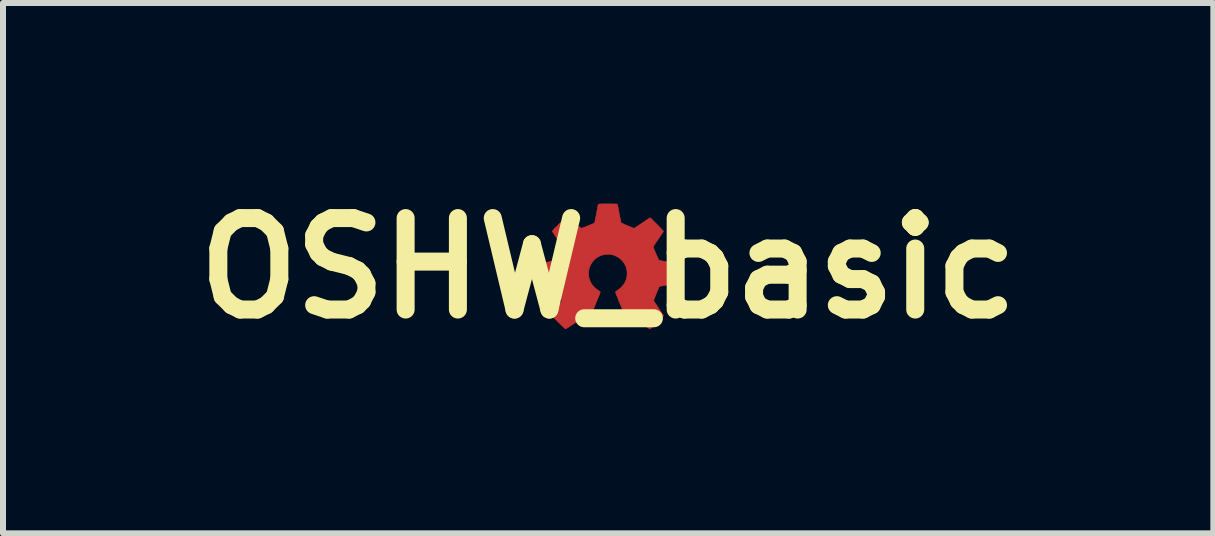
<source format=kicad_pcb>
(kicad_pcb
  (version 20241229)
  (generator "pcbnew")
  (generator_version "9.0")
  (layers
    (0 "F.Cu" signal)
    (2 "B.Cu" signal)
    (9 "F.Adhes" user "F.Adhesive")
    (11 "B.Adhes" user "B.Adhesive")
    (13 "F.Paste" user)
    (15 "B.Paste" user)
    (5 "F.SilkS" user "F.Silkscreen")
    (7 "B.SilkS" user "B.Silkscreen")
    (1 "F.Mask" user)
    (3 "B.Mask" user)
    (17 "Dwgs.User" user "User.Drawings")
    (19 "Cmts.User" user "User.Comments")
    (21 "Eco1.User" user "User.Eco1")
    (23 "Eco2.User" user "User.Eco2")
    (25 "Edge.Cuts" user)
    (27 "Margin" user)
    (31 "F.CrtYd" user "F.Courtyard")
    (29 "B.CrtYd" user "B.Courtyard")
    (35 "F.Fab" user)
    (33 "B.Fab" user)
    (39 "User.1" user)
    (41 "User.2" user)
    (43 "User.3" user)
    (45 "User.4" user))
  (footprint "OSHW_basic"
    (layer "F.Cu")
    (at 7.083 1.418)
    (property "Reference" "OSHW_basic" (at 0 0 0) (layer "F.SilkS") (effects (font (size 1.524 1.524) (thickness 0.3))))
    (attr through_hole)
    (fp_poly (pts (xy 0.034 -1.071) (xy 0.068 -1.07) (xy 0.095 -1.07) (xy 0.116 -1.07) (xy 0.131 -1.069) (xy 0.141 -1.068) (xy 0.148 -1.067) (xy 0.15 -1.066) (xy 0.152 -1.062) (xy 0.154 -1.055) (xy 0.158 -1.042) (xy 0.162 -1.024) (xy 0.167 -1) (xy 0.173 -0.969) (xy 0.18 -0.932) (xy 0.184 -0.91) (xy 0.192 -0.868) (xy 0.199 -0.832) (xy 0.205 -0.804) (xy 0.209 -0.782) (xy 0.213 -0.766) (xy 0.216 -0.757) (xy 0.218 -0.753) (xy 0.223 -0.75) (xy 0.234 -0.745) (xy 0.251 -0.738) (xy 0.271 -0.729) (xy 0.293 -0.719) (xy 0.317 -0.709) (xy 0.342 -0.699) (xy 0.366 -0.689) (xy 0.388 -0.681) (xy 0.406 -0.673) (xy 0.421 -0.668) (xy 0.43 -0.665) (xy 0.433 -0.664) (xy 0.437 -0.666) (xy 0.447 -0.673) (xy 0.462 -0.682) (xy 0.481 -0.695) (xy 0.504 -0.71) (xy 0.53 -0.727) (xy 0.558 -0.746) (xy 0.566 -0.752) (xy 0.595 -0.771) (xy 0.621 -0.789) (xy 0.644 -0.805) (xy 0.665 -0.819) (xy 0.681 -0.829) (xy 0.692 -0.836) (xy 0.698 -0.84) (xy 0.698 -0.84) (xy 0.702 -0.837) (xy 0.711 -0.83) (xy 0.723 -0.818) (xy 0.739 -0.803) (xy 0.757 -0.785) (xy 0.777 -0.765) (xy 0.798 -0.744) (xy 0.82 -0.722) (xy 0.841 -0.7) (xy 0.861 -0.679) (xy 0.879 -0.66) (xy 0.895 -0.643) (xy 0.908 -0.63) (xy 0.917 -0.619) (xy 0.921 -0.614) (xy 0.921 -0.613) (xy 0.919 -0.609) (xy 0.912 -0.599) (xy 0.902 -0.584) (xy 0.889 -0.564) (xy 0.874 -0.542) (xy 0.856 -0.516) (xy 0.838 -0.489) (xy 0.835 -0.485) (xy 0.816 -0.457) (xy 0.798 -0.431) (xy 0.783 -0.408) (xy 0.77 -0.388) (xy 0.76 -0.372) (xy 0.753 -0.36) (xy 0.75 -0.355) (xy 0.75 -0.354) (xy 0.752 -0.349) (xy 0.756 -0.337) (xy 0.763 -0.32) (xy 0.771 -0.3) (xy 0.78 -0.277) (xy 0.791 -0.252) (xy 0.801 -0.228) (xy 0.812 -0.204) (xy 0.822 -0.181) (xy 0.83 -0.162) (xy 0.837 -0.148) (xy 0.842 -0.138) (xy 0.844 -0.135) (xy 0.848 -0.133) (xy 0.855 -0.131) (xy 0.866 -0.127) (xy 0.882 -0.124) (xy 0.904 -0.119) (xy 0.931 -0.114) (xy 0.965 -0.107) (xy 0.997 -0.101) (xy 1.037 -0.094) (xy 1.071 -0.087) (xy 1.097 -0.082) (xy 1.118 -0.077) (xy 1.132 -0.074) (xy 1.142 -0.071) (xy 1.147 -0.068) (xy 1.148 -0.068) (xy 1.149 -0.064) (xy 1.15 -0.056) (xy 1.151 -0.044) (xy 1.152 -0.027) (xy 1.152 -0.004) (xy 1.153 0.025) (xy 1.153 0.062) (xy 1.153 0.088) (xy 1.153 0.127) (xy 1.153 0.159) (xy 1.152 0.184) (xy 1.152 0.203) (xy 1.151 0.218) (xy 1.151 0.229) (xy 1.15 0.236) (xy 1.149 0.241) (xy 1.147 0.244) (xy 1.147 0.244) (xy 1.141 0.249) (xy 1.138 0.25) (xy 1.134 0.251) (xy 1.123 0.253) (xy 1.106 0.256) (xy 1.084 0.26) (xy 1.058 0.265) (xy 1.028 0.27) (xy 0.997 0.276) (xy 0.956 0.284) (xy 0.922 0.29) (xy 0.895 0.296) (xy 0.875 0.3) (xy 0.861 0.304) (xy 0.853 0.307) (xy 0.851 0.308) (xy 0.848 0.313) (xy 0.843 0.325) (xy 0.836 0.341) (xy 0.827 0.362) (xy 0.818 0.385) (xy 0.807 0.41) (xy 0.797 0.436) (xy 0.787 0.461) (xy 0.778 0.484) (xy 0.77 0.505) (xy 0.764 0.522) (xy 0.76 0.535) (xy 0.758 0.541) (xy 0.758 0.541) (xy 0.76 0.545) (xy 0.766 0.556) (xy 0.776 0.571) (xy 0.788 0.591) (xy 0.804 0.613) (xy 0.821 0.639) (xy 0.839 0.666) (xy 0.857 0.693) (xy 0.874 0.718) (xy 0.89 0.741) (xy 0.902 0.76) (xy 0.912 0.775) (xy 0.919 0.785) (xy 0.921 0.789) (xy 0.919 0.794) (xy 0.911 0.803) (xy 0.898 0.817) (xy 0.881 0.836) (xy 0.859 0.858) (xy 0.833 0.884) (xy 0.813 0.904) (xy 0.785 0.932) (xy 0.762 0.955) (xy 0.743 0.973) (xy 0.729 0.987) (xy 0.717 0.998) (xy 0.709 1.005) (xy 0.703 1.009) (xy 0.698 1.011) (xy 0.695 1.011) (xy 0.695 1.011) (xy 0.69 1.009) (xy 0.679 1.002) (xy 0.663 0.992) (xy 0.643 0.979) (xy 0.621 0.964) (xy 0.596 0.947) (xy 0.577 0.934) (xy 0.55 0.916) (xy 0.526 0.9) (xy 0.504 0.885) (xy 0.486 0.872) (xy 0.472 0.863) (xy 0.463 0.857) (xy 0.46 0.855) (xy 0.457 0.854) (xy 0.453 0.854) (xy 0.447 0.856) (xy 0.438 0.86) (xy 0.425 0.866) (xy 0.408 0.874) (xy 0.386 0.886) (xy 0.361 0.9) (xy 0.348 0.906) (xy 0.34 0.909) (xy 0.335 0.909) (xy 0.331 0.907) (xy 0.331 0.907) (xy 0.328 0.902) (xy 0.323 0.891) (xy 0.316 0.874) (xy 0.306 0.852) (xy 0.295 0.825) (xy 0.282 0.795) (xy 0.268 0.762) (xy 0.254 0.727) (xy 0.238 0.691) (xy 0.223 0.654) (xy 0.208 0.616) (xy 0.193 0.58) (xy 0.178 0.544) (xy 0.165 0.511) (xy 0.153 0.481) (xy 0.142 0.455) (xy 0.133 0.433) (xy 0.127 0.415) (xy 0.123 0.404) (xy 0.121 0.399) (xy 0.125 0.392) (xy 0.135 0.383) (xy 0.144 0.378) (xy 0.189 0.346) (xy 0.227 0.311) (xy 0.259 0.272) (xy 0.284 0.23) (xy 0.302 0.184) (xy 0.313 0.136) (xy 0.315 0.109) (xy 0.315 0.058) (xy 0.307 0.01) (xy 0.292 -0.036) (xy 0.27 -0.078) (xy 0.242 -0.117) (xy 0.208 -0.151) (xy 0.168 -0.181) (xy 0.135 -0.199) (xy 0.098 -0.215) (xy 0.063 -0.225) (xy 0.027 -0.231) (xy -0.01 -0.232) (xy -0.06 -0.227) (xy -0.107 -0.216) (xy -0.152 -0.197) (xy -0.193 -0.172) (xy -0.23 -0.141) (xy -0.262 -0.105) (xy -0.288 -0.063) (xy -0.297 -0.046) (xy -0.309 -0.019) (xy -0.317 0.007) (xy -0.322 0.032) (xy -0.325 0.06) (xy -0.326 0.092) (xy -0.325 0.115) (xy -0.324 0.133) (xy -0.322 0.148) (xy -0.319 0.163) (xy -0.315 0.177) (xy -0.299 0.22) (xy -0.279 0.259) (xy -0.253 0.294) (xy -0.221 0.327) (xy -0.183 0.358) (xy -0.167 0.369) (xy -0.153 0.379) (xy -0.141 0.388) (xy -0.134 0.394) (xy -0.131 0.397) (xy -0.132 0.401) (xy -0.136 0.412) (xy -0.142 0.429) (xy -0.15 0.45) (xy -0.16 0.474) (xy -0.171 0.502) (xy -0.18 0.522) (xy -0.194 0.557) (xy -0.211 0.597) (xy -0.228 0.64) (xy -0.246 0.684) (xy -0.264 0.726) (xy -0.28 0.765) (xy -0.284 0.775) (xy -0.3 0.814) (xy -0.314 0.847) (xy -0.325 0.873) (xy -0.334 0.892) (xy -0.341 0.904) (xy -0.344 0.909) (xy -0.345 0.909) (xy -0.35 0.908) (xy -0.362 0.903) (xy -0.378 0.895) (xy -0.399 0.885) (xy -0.406 0.881) (xy -0.425 0.871) (xy -0.441 0.863) (xy -0.454 0.856) (xy -0.462 0.853) (xy -0.464 0.852) (xy -0.468 0.854) (xy -0.477 0.86) (xy -0.492 0.87) (xy -0.511 0.882) (xy -0.533 0.897) (xy -0.558 0.914) (xy -0.584 0.932) (xy -0.611 0.95) (xy -0.637 0.967) (xy -0.659 0.982) (xy -0.679 0.995) (xy -0.694 1.004) (xy -0.704 1.01) (xy -0.709 1.012) (xy -0.714 1.009) (xy -0.725 1.001) (xy -0.741 0.986) (xy -0.762 0.966) (xy -0.788 0.941) (xy -0.82 0.909) (xy -0.824 0.906) (xy -0.855 0.874) (xy -0.881 0.848) (xy -0.901 0.826) (xy -0.916 0.809) (xy -0.926 0.798) (xy -0.93 0.792) (xy -0.93 0.791) (xy -0.928 0.786) (xy -0.922 0.776) (xy -0.912 0.76) (xy -0.9 0.741) (xy -0.885 0.718) (xy -0.868 0.692) (xy -0.85 0.666) (xy -0.83 0.636) (xy -0.811 0.609) (xy -0.796 0.586) (xy -0.784 0.567) (xy -0.775 0.552) (xy -0.771 0.543) (xy -0.77 0.541) (xy -0.771 0.534) (xy -0.775 0.522) (xy -0.782 0.505) (xy -0.789 0.484) (xy -0.799 0.46) (xy -0.809 0.435) (xy -0.819 0.409) (xy -0.829 0.384) (xy -0.839 0.361) (xy -0.847 0.34) (xy -0.855 0.324) (xy -0.86 0.313) (xy -0.863 0.308) (xy -0.868 0.306) (xy -0.878 0.302) (xy -0.894 0.298) (xy -0.917 0.294) (xy -0.946 0.288) (xy -0.983 0.281) (xy -1.01 0.276) (xy -1.048 0.269) (xy -1.078 0.263) (xy -1.103 0.258) (xy -1.122 0.254) (xy -1.136 0.251) (xy -1.146 0.248) (xy -1.152 0.245) (xy -1.156 0.243) (xy -1.158 0.242) (xy -1.159 0.239) (xy -1.161 0.235) (xy -1.162 0.23) (xy -1.163 0.221) (xy -1.164 0.209) (xy -1.164 0.193) (xy -1.164 0.172) (xy -1.164 0.145) (xy -1.164 0.112) (xy -1.164 0.086) (xy -1.164 0.046) (xy -1.164 0.013) (xy -1.164 -0.014) (xy -1.163 -0.035) (xy -1.163 -0.05) (xy -1.162 -0.06) (xy -1.16 -0.066) (xy -1.16 -0.067) (xy -1.156 -0.07) (xy -1.148 -0.072) (xy -1.134 -0.076) (xy -1.115 -0.08) (xy -1.09 -0.085) (xy -1.058 -0.091) (xy -1.019 -0.099) (xy -1.014 -0.1) (xy -0.981 -0.106) (xy -0.951 -0.112) (xy -0.924 -0.117) (xy -0.9 -0.121) (xy -0.882 -0.125) (xy -0.869 -0.128) (xy -0.863 -0.13) (xy -0.86 -0.132) (xy -0.856 -0.135) (xy -0.852 -0.142) (xy -0.846 -0.151) (xy -0.84 -0.165) (xy -0.831 -0.184) (xy -0.82 -0.209) (xy -0.807 -0.239) (xy -0.796 -0.266) (xy -0.785 -0.292) (xy -0.776 -0.314) (xy -0.769 -0.332) (xy -0.764 -0.346) (xy -0.762 -0.353) (xy -0.762 -0.354) (xy -0.764 -0.36) (xy -0.771 -0.372) (xy -0.782 -0.389) (xy -0.796 -0.412) (xy -0.815 -0.44) (xy -0.837 -0.472) (xy -0.845 -0.484) (xy -0.864 -0.511) (xy -0.881 -0.537) (xy -0.896 -0.56) (xy -0.909 -0.58) (xy -0.92 -0.596) (xy -0.926 -0.608) (xy -0.929 -0.613) (xy -0.929 -0.614) (xy -0.929 -0.617) (xy -0.927 -0.621) (xy -0.923 -0.627) (xy -0.916 -0.635) (xy -0.906 -0.646) (xy -0.892 -0.661) (xy -0.874 -0.679) (xy -0.852 -0.701) (xy -0.825 -0.729) (xy -0.821 -0.732) (xy -0.789 -0.764) (xy -0.763 -0.79) (xy -0.741 -0.81) (xy -0.725 -0.825) (xy -0.714 -0.835) (xy -0.707 -0.839) (xy -0.706 -0.839) (xy -0.701 -0.836) (xy -0.691 -0.83) (xy -0.676 -0.82) (xy -0.657 -0.807) (xy -0.634 -0.791) (xy -0.609 -0.774) (xy -0.581 -0.755) (xy -0.575 -0.751) (xy -0.547 -0.731) (xy -0.521 -0.714) (xy -0.497 -0.698) (xy -0.477 -0.685) (xy -0.461 -0.674) (xy -0.45 -0.668) (xy -0.444 -0.664) (xy -0.443 -0.664) (xy -0.438 -0.666) (xy -0.427 -0.67) (xy -0.411 -0.676) (xy -0.39 -0.684) (xy -0.367 -0.693) (xy -0.351 -0.7) (xy -0.318 -0.713) (xy -0.291 -0.724) (xy -0.27 -0.733) (xy -0.254 -0.74) (xy -0.243 -0.745) (xy -0.235 -0.748) (xy -0.23 -0.751) (xy -0.227 -0.753) (xy -0.226 -0.755) (xy -0.225 -0.757) (xy -0.225 -0.757) (xy -0.224 -0.762) (xy -0.221 -0.774) (xy -0.218 -0.791) (xy -0.214 -0.813) (xy -0.209 -0.838) (xy -0.203 -0.865) (xy -0.198 -0.895) (xy -0.192 -0.924) (xy -0.187 -0.953) (xy -0.182 -0.98) (xy -0.177 -1.005) (xy -0.173 -1.026) (xy -0.17 -1.042) (xy -0.169 -1.052) (xy -0.168 -1.056) (xy -0.166 -1.06) (xy -0.162 -1.065) (xy -0.16 -1.066) (xy -0.155 -1.067) (xy -0.149 -1.068) (xy -0.139 -1.069) (xy -0.125 -1.07) (xy -0.107 -1.07) (xy -0.083 -1.071) (xy -0.053 -1.071) (xy -0.016 -1.071) (xy -0.006 -1.071) (xy 0.034 -1.071)) (stroke (width 0.01) (type solid)) (fill yes) (layer "F.Cu"))
    (fp_poly (pts (xy 0.038 -1.108) (xy 0.071 -1.108) (xy 0.097 -1.108) (xy 0.118 -1.107) (xy 0.134 -1.107) (xy 0.146 -1.106) (xy 0.155 -1.106) (xy 0.161 -1.104) (xy 0.165 -1.103) (xy 0.168 -1.101) (xy 0.171 -1.1) (xy 0.18 -1.09) (xy 0.188 -1.079) (xy 0.188 -1.078) (xy 0.19 -1.071) (xy 0.194 -1.058) (xy 0.198 -1.038) (xy 0.203 -1.014) (xy 0.209 -0.986) (xy 0.215 -0.955) (xy 0.221 -0.922) (xy 0.221 -0.922) (xy 0.247 -0.78) (xy 0.337 -0.743) (xy 0.362 -0.733) (xy 0.386 -0.724) (xy 0.405 -0.717) (xy 0.42 -0.712) (xy 0.43 -0.709) (xy 0.432 -0.709) (xy 0.437 -0.712) (xy 0.447 -0.718) (xy 0.462 -0.728) (xy 0.481 -0.741) (xy 0.504 -0.757) (xy 0.529 -0.774) (xy 0.555 -0.792) (xy 0.583 -0.81) (xy 0.608 -0.828) (xy 0.632 -0.843) (xy 0.652 -0.856) (xy 0.668 -0.866) (xy 0.679 -0.873) (xy 0.685 -0.876) (xy 0.692 -0.877) (xy 0.699 -0.878) (xy 0.706 -0.878) (xy 0.714 -0.875) (xy 0.722 -0.87) (xy 0.733 -0.862) (xy 0.746 -0.851) (xy 0.763 -0.836) (xy 0.782 -0.817) (xy 0.806 -0.793) (xy 0.835 -0.764) (xy 0.841 -0.759) (xy 0.87 -0.729) (xy 0.895 -0.704) (xy 0.915 -0.684) (xy 0.93 -0.667) (xy 0.942 -0.653) (xy 0.951 -0.642) (xy 0.956 -0.633) (xy 0.959 -0.625) (xy 0.96 -0.618) (xy 0.96 -0.611) (xy 0.958 -0.604) (xy 0.958 -0.603) (xy 0.955 -0.597) (xy 0.948 -0.585) (xy 0.937 -0.569) (xy 0.924 -0.548) (xy 0.909 -0.525) (xy 0.891 -0.499) (xy 0.874 -0.473) (xy 0.855 -0.446) (xy 0.838 -0.421) (xy 0.823 -0.399) (xy 0.811 -0.38) (xy 0.801 -0.365) (xy 0.795 -0.355) (xy 0.793 -0.351) (xy 0.795 -0.346) (xy 0.799 -0.335) (xy 0.805 -0.32) (xy 0.813 -0.3) (xy 0.822 -0.279) (xy 0.831 -0.257) (xy 0.841 -0.234) (xy 0.85 -0.213) (xy 0.858 -0.195) (xy 0.865 -0.18) (xy 0.87 -0.17) (xy 0.872 -0.166) (xy 0.876 -0.165) (xy 0.887 -0.162) (xy 0.905 -0.159) (xy 0.927 -0.154) (xy 0.953 -0.149) (xy 0.983 -0.143) (xy 1.015 -0.137) (xy 1.016 -0.137) (xy 1.051 -0.13) (xy 1.083 -0.124) (xy 1.111 -0.118) (xy 1.134 -0.113) (xy 1.152 -0.109) (xy 1.163 -0.105) (xy 1.167 -0.104) (xy 1.172 -0.1) (xy 1.177 -0.097) (xy 1.18 -0.092) (xy 1.183 -0.087) (xy 1.186 -0.079) (xy 1.187 -0.068) (xy 1.188 -0.054) (xy 1.189 -0.035) (xy 1.19 -0.012) (xy 1.19 0.018) (xy 1.19 0.054) (xy 1.19 0.084) (xy 1.19 0.126) (xy 1.19 0.161) (xy 1.189 0.189) (xy 1.189 0.212) (xy 1.188 0.23) (xy 1.187 0.244) (xy 1.185 0.254) (xy 1.182 0.262) (xy 1.179 0.268) (xy 1.175 0.272) (xy 1.171 0.276) (xy 1.168 0.277) (xy 1.163 0.28) (xy 1.152 0.283) (xy 1.136 0.288) (xy 1.114 0.292) (xy 1.085 0.298) (xy 1.05 0.305) (xy 1.019 0.311) (xy 0.988 0.317) (xy 0.958 0.322) (xy 0.932 0.328) (xy 0.91 0.332) (xy 0.894 0.336) (xy 0.883 0.338) (xy 0.879 0.339) (xy 0.877 0.343) (xy 0.872 0.354) (xy 0.866 0.37) (xy 0.858 0.39) (xy 0.848 0.414) (xy 0.838 0.44) (xy 0.837 0.44) (xy 0.798 0.538) (xy 0.875 0.649) (xy 0.893 0.676) (xy 0.91 0.701) (xy 0.925 0.724) (xy 0.938 0.744) (xy 0.948 0.76) (xy 0.954 0.771) (xy 0.956 0.775) (xy 0.959 0.782) (xy 0.96 0.789) (xy 0.96 0.795) (xy 0.958 0.803) (xy 0.954 0.811) (xy 0.946 0.821) (xy 0.936 0.833) (xy 0.922 0.848) (xy 0.905 0.867) (xy 0.882 0.89) (xy 0.855 0.917) (xy 0.839 0.934) (xy 0.724 1.049) (xy 0.702 1.05) (xy 0.681 1.052) (xy 0.615 1.007) (xy 0.591 0.991) (xy 0.565 0.973) (xy 0.539 0.955) (xy 0.516 0.939) (xy 0.5 0.929) (xy 0.452 0.895) (xy 0.405 0.92) (xy 0.386 0.93) (xy 0.369 0.938) (xy 0.355 0.944) (xy 0.346 0.947) (xy 0.345 0.947) (xy 0.33 0.947) (xy 0.314 0.942) (xy 0.301 0.932) (xy 0.3 0.931) (xy 0.297 0.926) (xy 0.291 0.914) (xy 0.284 0.897) (xy 0.274 0.874) (xy 0.262 0.847) (xy 0.249 0.817) (xy 0.235 0.783) (xy 0.22 0.747) (xy 0.204 0.71) (xy 0.189 0.672) (xy 0.173 0.634) (xy 0.158 0.596) (xy 0.143 0.56) (xy 0.129 0.527) (xy 0.117 0.496) (xy 0.106 0.468) (xy 0.097 0.445) (xy 0.09 0.426) (xy 0.085 0.414) (xy 0.083 0.408) (xy 0.083 0.394) (xy 0.086 0.381) (xy 0.093 0.37) (xy 0.106 0.357) (xy 0.125 0.343) (xy 0.133 0.338) (xy 0.174 0.307) (xy 0.208 0.273) (xy 0.235 0.237) (xy 0.248 0.214) (xy 0.262 0.181) (xy 0.271 0.151) (xy 0.276 0.119) (xy 0.277 0.084) (xy 0.276 0.076) (xy 0.271 0.029) (xy 0.258 -0.015) (xy 0.238 -0.056) (xy 0.212 -0.092) (xy 0.18 -0.125) (xy 0.142 -0.152) (xy 0.115 -0.167) (xy 0.085 -0.179) (xy 0.057 -0.187) (xy 0.027 -0.192) (xy -0.006 -0.193) (xy -0.04 -0.191) (xy -0.069 -0.187) (xy -0.097 -0.179) (xy -0.126 -0.166) (xy -0.131 -0.164) (xy -0.171 -0.14) (xy -0.206 -0.11) (xy -0.236 -0.075) (xy -0.26 -0.034) (xy -0.278 0.011) (xy -0.278 0.012) (xy -0.282 0.026) (xy -0.285 0.039) (xy -0.286 0.054) (xy -0.287 0.072) (xy -0.287 0.092) (xy -0.287 0.114) (xy -0.286 0.13) (xy -0.284 0.144) (xy -0.281 0.156) (xy -0.277 0.17) (xy -0.275 0.177) (xy -0.257 0.217) (xy -0.234 0.254) (xy -0.206 0.288) (xy -0.17 0.319) (xy -0.14 0.341) (xy -0.118 0.357) (xy -0.103 0.371) (xy -0.095 0.385) (xy -0.093 0.4) (xy -0.095 0.417) (xy -0.096 0.418) (xy -0.098 0.423) (xy -0.102 0.435) (xy -0.109 0.453) (xy -0.119 0.475) (xy -0.13 0.502) (xy -0.142 0.532) (xy -0.156 0.566) (xy -0.17 0.601) (xy -0.185 0.637) (xy -0.201 0.675) (xy -0.216 0.712) (xy -0.231 0.748) (xy -0.245 0.782) (xy -0.259 0.815) (xy -0.271 0.844) (xy -0.281 0.869) (xy -0.29 0.89) (xy -0.297 0.906) (xy -0.301 0.915) (xy -0.302 0.917) (xy -0.31 0.931) (xy -0.323 0.94) (xy -0.327 0.942) (xy -0.336 0.946) (xy -0.345 0.948) (xy -0.355 0.947) (xy -0.366 0.944) (xy -0.381 0.938) (xy -0.401 0.928) (xy -0.416 0.92) (xy -0.463 0.895) (xy -0.574 0.972) (xy -0.604 0.993) (xy -0.629 1.009) (xy -0.648 1.022) (xy -0.663 1.032) (xy -0.675 1.039) (xy -0.684 1.044) (xy -0.691 1.047) (xy -0.697 1.049) (xy -0.703 1.05) (xy -0.705 1.05) (xy -0.721 1.05) (xy -0.733 1.046) (xy -0.737 1.044) (xy -0.744 1.038) (xy -0.755 1.028) (xy -0.77 1.014) (xy -0.788 0.997) (xy -0.808 0.977) (xy -0.829 0.956) (xy -0.851 0.933) (xy -0.873 0.91) (xy -0.895 0.888) (xy -0.915 0.867) (xy -0.932 0.848) (xy -0.947 0.832) (xy -0.958 0.82) (xy -0.965 0.811) (xy -0.967 0.808) (xy -0.969 0.8) (xy -0.969 0.793) (xy -0.968 0.785) (xy -0.966 0.776) (xy -0.96 0.765) (xy -0.953 0.751) (xy -0.942 0.734) (xy -0.928 0.712) (xy -0.91 0.686) (xy -0.889 0.654) (xy -0.888 0.653) (xy -0.809 0.539) (xy -0.816 0.52) (xy -0.833 0.478) (xy -0.848 0.441) (xy -0.861 0.409) (xy -0.872 0.382) (xy -0.88 0.362) (xy -0.886 0.348) (xy -0.89 0.34) (xy -0.89 0.339) (xy -0.895 0.338) (xy -0.906 0.335) (xy -0.923 0.332) (xy -0.945 0.327) (xy -0.971 0.322) (xy -1 0.316) (xy -1.029 0.311) (xy -1.066 0.304) (xy -1.099 0.298) (xy -1.127 0.292) (xy -1.149 0.287) (xy -1.165 0.283) (xy -1.175 0.28) (xy -1.176 0.279) (xy -1.182 0.275) (xy -1.187 0.271) (xy -1.191 0.266) (xy -1.194 0.26) (xy -1.197 0.251) (xy -1.199 0.239) (xy -1.2 0.223) (xy -1.201 0.203) (xy -1.201 0.177) (xy -1.202 0.145) (xy -1.202 0.107) (xy -1.202 0.088) (xy -1.202 0.046) (xy -1.201 0.012) (xy -1.201 -0.016) (xy -1.201 -0.038) (xy -1.2 -0.056) (xy -1.198 -0.069) (xy -1.196 -0.08) (xy -1.194 -0.087) (xy -1.19 -0.093) (xy -1.186 -0.097) (xy -1.181 -0.101) (xy -1.179 -0.102) (xy -1.174 -0.105) (xy -1.165 -0.108) (xy -1.152 -0.111) (xy -1.133 -0.116) (xy -1.109 -0.121) (xy -1.078 -0.127) (xy -1.041 -0.134) (xy -1.025 -0.137) (xy -0.993 -0.143) (xy -0.963 -0.149) (xy -0.937 -0.154) (xy -0.914 -0.158) (xy -0.897 -0.161) (xy -0.886 -0.164) (xy -0.881 -0.165) (xy -0.881 -0.165) (xy -0.88 -0.169) (xy -0.875 -0.179) (xy -0.869 -0.194) (xy -0.86 -0.213) (xy -0.851 -0.236) (xy -0.841 -0.259) (xy -0.801 -0.352) (xy -0.881 -0.468) (xy -0.899 -0.495) (xy -0.917 -0.521) (xy -0.932 -0.543) (xy -0.945 -0.563) (xy -0.955 -0.578) (xy -0.962 -0.589) (xy -0.965 -0.594) (xy -0.968 -0.604) (xy -0.968 -0.619) (xy -0.968 -0.622) (xy -0.966 -0.642) (xy -0.851 -0.757) (xy -0.821 -0.787) (xy -0.796 -0.812) (xy -0.776 -0.832) (xy -0.759 -0.847) (xy -0.745 -0.859) (xy -0.734 -0.868) (xy -0.724 -0.874) (xy -0.717 -0.877) (xy -0.71 -0.878) (xy -0.703 -0.877) (xy -0.696 -0.875) (xy -0.692 -0.874) (xy -0.686 -0.87) (xy -0.674 -0.863) (xy -0.657 -0.853) (xy -0.636 -0.839) (xy -0.612 -0.823) (xy -0.587 -0.806) (xy -0.563 -0.79) (xy -0.536 -0.771) (xy -0.511 -0.754) (xy -0.489 -0.739) (xy -0.47 -0.727) (xy -0.456 -0.717) (xy -0.446 -0.711) (xy -0.443 -0.708) (xy -0.438 -0.709) (xy -0.428 -0.713) (xy -0.413 -0.718) (xy -0.394 -0.725) (xy -0.373 -0.733) (xy -0.35 -0.742) (xy -0.328 -0.751) (xy -0.307 -0.759) (xy -0.288 -0.767) (xy -0.273 -0.773) (xy -0.263 -0.777) (xy -0.259 -0.779) (xy -0.258 -0.783) (xy -0.256 -0.794) (xy -0.253 -0.811) (xy -0.249 -0.832) (xy -0.244 -0.859) (xy -0.238 -0.888) (xy -0.232 -0.921) (xy -0.231 -0.928) (xy -0.223 -0.97) (xy -0.216 -1.005) (xy -0.21 -1.033) (xy -0.205 -1.054) (xy -0.201 -1.07) (xy -0.198 -1.081) (xy -0.195 -1.086) (xy -0.192 -1.091) (xy -0.188 -1.096) (xy -0.182 -1.099) (xy -0.176 -1.102) (xy -0.167 -1.104) (xy -0.154 -1.105) (xy -0.138 -1.106) (xy -0.117 -1.107) (xy -0.091 -1.108) (xy -0.059 -1.108) (xy -0.02 -1.108) (xy -0.001 -1.108) (xy 0.038 -1.108)) (stroke (width 0.01) (type solid)) (fill yes) (layer "F.Mask")))
  (gr_rect
    (start -3 -3)
    (end 17.166 5.836)
    (stroke (width 0.1) (type default))
    (fill no)
    (layer "Edge.Cuts")))
</source>
